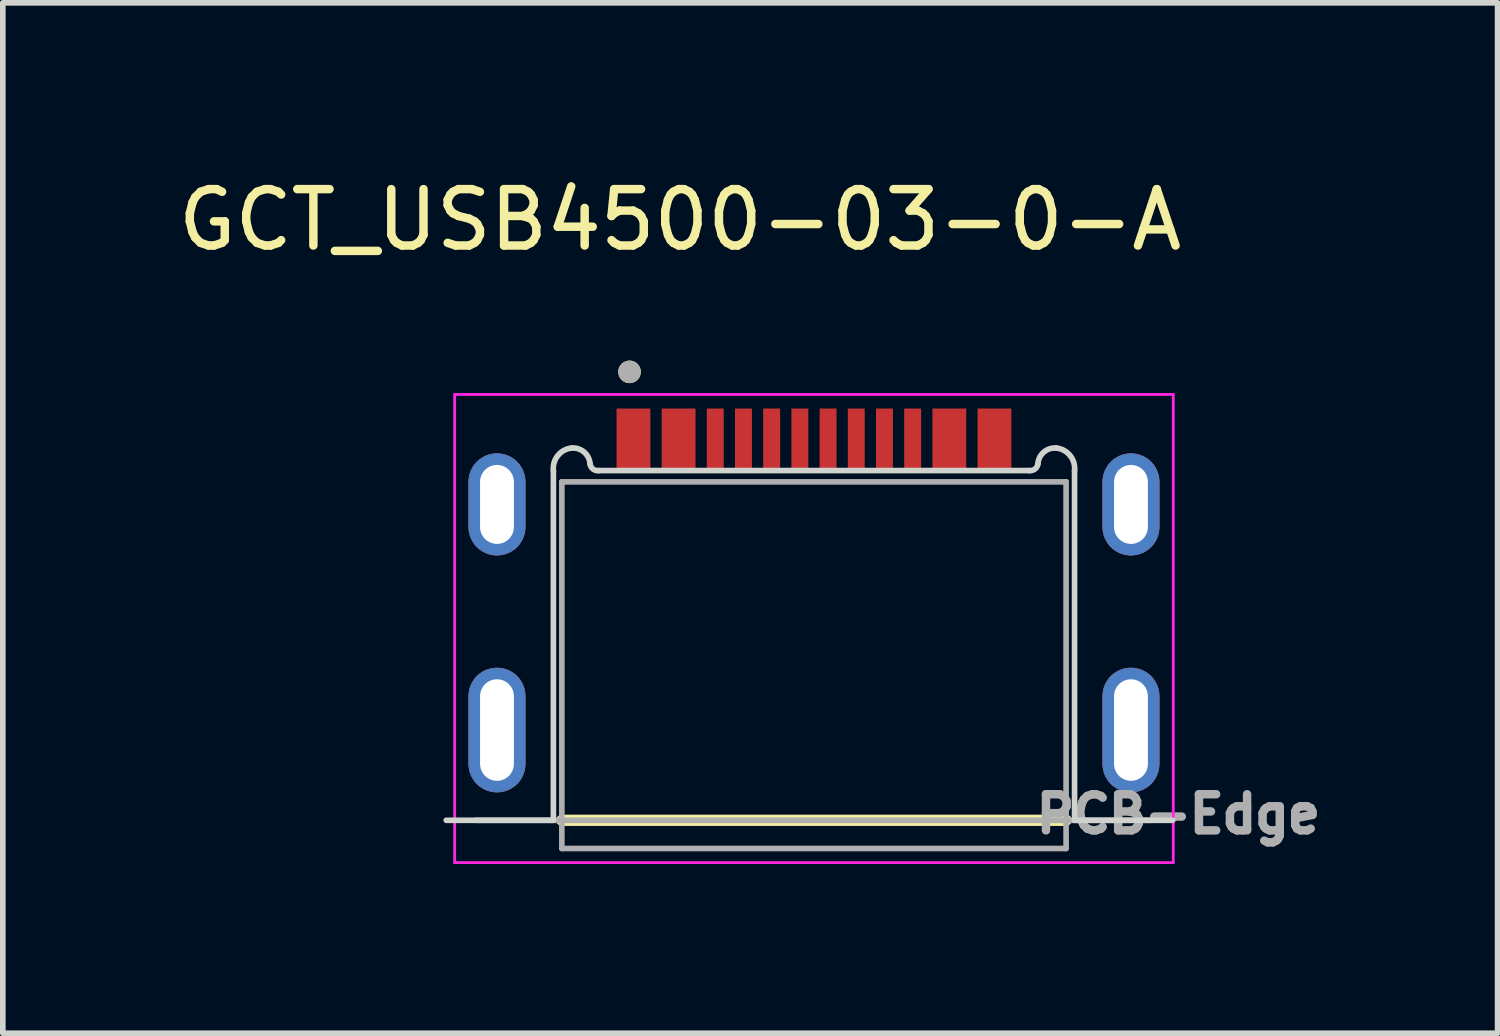
<source format=kicad_pcb>
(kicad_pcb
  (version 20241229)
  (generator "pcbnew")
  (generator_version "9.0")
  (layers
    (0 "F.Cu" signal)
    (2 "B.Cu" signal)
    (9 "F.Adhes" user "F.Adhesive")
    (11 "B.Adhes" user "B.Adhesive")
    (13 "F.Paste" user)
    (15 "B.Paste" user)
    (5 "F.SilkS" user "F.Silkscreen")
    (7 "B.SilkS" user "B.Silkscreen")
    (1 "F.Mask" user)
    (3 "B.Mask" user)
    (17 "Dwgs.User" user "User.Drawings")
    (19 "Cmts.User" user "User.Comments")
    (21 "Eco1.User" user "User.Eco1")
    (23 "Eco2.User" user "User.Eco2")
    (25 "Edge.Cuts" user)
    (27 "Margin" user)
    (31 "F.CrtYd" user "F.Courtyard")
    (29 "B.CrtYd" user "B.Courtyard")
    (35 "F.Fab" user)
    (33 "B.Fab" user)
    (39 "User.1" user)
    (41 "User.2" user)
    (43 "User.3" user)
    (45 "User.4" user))
  (footprint "GCT_USB4500-03-0-A"
    (layer "F.Cu")
    (at 11.381 9.893)
    (property "Reference" "GCT_USB4500-03-0-A" (at -2.375 -9.045 0) (layer "F.SilkS") (effects (font (size 1 1) (thickness 0.15))))
    (attr through_hole)
    (fp_poly (pts (xy -5.62 -3.1) (xy -5.646 -3.101) (xy -5.672 -3.103) (xy -5.698 -3.106) (xy -5.724 -3.111) (xy -5.749 -3.117) (xy -5.775 -3.124) (xy -5.799 -3.133) (xy -5.823 -3.143) (xy -5.847 -3.154) (xy -5.87 -3.167) (xy -5.892 -3.181) (xy -5.914 -3.195) (xy -5.935 -3.211) (xy -5.955 -3.228) (xy -5.974 -3.246) (xy -5.992 -3.265) (xy -6.009 -3.285) (xy -6.025 -3.306) (xy -6.039 -3.328) (xy -6.053 -3.35) (xy -6.066 -3.373) (xy -6.077 -3.397) (xy -6.087 -3.421) (xy -6.096 -3.445) (xy -6.103 -3.471) (xy -6.109 -3.496) (xy -6.114 -3.522) (xy -6.117 -3.548) (xy -6.119 -3.574) (xy -6.12 -3.6) (xy -6.12 -4.4) (xy -6.119 -4.426) (xy -6.117 -4.452) (xy -6.114 -4.478) (xy -6.109 -4.504) (xy -6.103 -4.529) (xy -6.096 -4.555) (xy -6.087 -4.579) (xy -6.077 -4.603) (xy -6.066 -4.627) (xy -6.053 -4.65) (xy -6.039 -4.672) (xy -6.025 -4.694) (xy -6.009 -4.715) (xy -5.992 -4.735) (xy -5.974 -4.754) (xy -5.955 -4.772) (xy -5.935 -4.789) (xy -5.914 -4.805) (xy -5.892 -4.819) (xy -5.87 -4.833) (xy -5.847 -4.846) (xy -5.823 -4.857) (xy -5.799 -4.867) (xy -5.775 -4.876) (xy -5.749 -4.883) (xy -5.724 -4.889) (xy -5.698 -4.894) (xy -5.672 -4.897) (xy -5.646 -4.899) (xy -5.62 -4.9) (xy -5.594 -4.899) (xy -5.568 -4.897) (xy -5.542 -4.894) (xy -5.516 -4.889) (xy -5.491 -4.883) (xy -5.465 -4.876) (xy -5.441 -4.867) (xy -5.417 -4.857) (xy -5.393 -4.846) (xy -5.37 -4.833) (xy -5.348 -4.819) (xy -5.326 -4.805) (xy -5.305 -4.789) (xy -5.285 -4.772) (xy -5.266 -4.754) (xy -5.248 -4.735) (xy -5.231 -4.715) (xy -5.215 -4.694) (xy -5.201 -4.672) (xy -5.187 -4.65) (xy -5.174 -4.627) (xy -5.163 -4.603) (xy -5.153 -4.579) (xy -5.144 -4.555) (xy -5.137 -4.529) (xy -5.131 -4.504) (xy -5.126 -4.478) (xy -5.123 -4.452) (xy -5.121 -4.426) (xy -5.12 -4.4) (xy -5.12 -3.6) (xy -5.121 -3.574) (xy -5.123 -3.548) (xy -5.126 -3.522) (xy -5.131 -3.496) (xy -5.137 -3.471) (xy -5.144 -3.445) (xy -5.153 -3.421) (xy -5.163 -3.397) (xy -5.174 -3.373) (xy -5.187 -3.35) (xy -5.201 -3.328) (xy -5.215 -3.306) (xy -5.231 -3.285) (xy -5.248 -3.265) (xy -5.266 -3.246) (xy -5.285 -3.228) (xy -5.305 -3.211) (xy -5.326 -3.195) (xy -5.348 -3.181) (xy -5.37 -3.167) (xy -5.393 -3.154) (xy -5.417 -3.143) (xy -5.441 -3.133) (xy -5.465 -3.124) (xy -5.491 -3.117) (xy -5.516 -3.111) (xy -5.542 -3.106) (xy -5.568 -3.103) (xy -5.594 -3.101) (xy -5.62 -3.1)) (stroke (width 0.01) (type solid)) (fill yes) (layer "F.Cu"))
    (fp_poly (pts (xy -5.62 1.1) (xy -5.646 1.099) (xy -5.672 1.097) (xy -5.698 1.094) (xy -5.724 1.089) (xy -5.749 1.083) (xy -5.775 1.076) (xy -5.799 1.067) (xy -5.823 1.057) (xy -5.847 1.046) (xy -5.87 1.033) (xy -5.892 1.019) (xy -5.914 1.005) (xy -5.935 0.989) (xy -5.955 0.972) (xy -5.974 0.954) (xy -5.992 0.935) (xy -6.009 0.915) (xy -6.025 0.894) (xy -6.039 0.872) (xy -6.053 0.85) (xy -6.066 0.827) (xy -6.077 0.803) (xy -6.087 0.779) (xy -6.096 0.755) (xy -6.103 0.729) (xy -6.109 0.704) (xy -6.114 0.678) (xy -6.117 0.652) (xy -6.119 0.626) (xy -6.12 0.6) (xy -6.12 -0.6) (xy -6.119 -0.626) (xy -6.117 -0.652) (xy -6.114 -0.678) (xy -6.109 -0.704) (xy -6.103 -0.729) (xy -6.096 -0.755) (xy -6.087 -0.779) (xy -6.077 -0.803) (xy -6.066 -0.827) (xy -6.053 -0.85) (xy -6.039 -0.872) (xy -6.025 -0.894) (xy -6.009 -0.915) (xy -5.992 -0.935) (xy -5.974 -0.954) (xy -5.955 -0.972) (xy -5.935 -0.989) (xy -5.914 -1.005) (xy -5.892 -1.019) (xy -5.87 -1.033) (xy -5.847 -1.046) (xy -5.823 -1.057) (xy -5.799 -1.067) (xy -5.775 -1.076) (xy -5.749 -1.083) (xy -5.724 -1.089) (xy -5.698 -1.094) (xy -5.672 -1.097) (xy -5.646 -1.099) (xy -5.62 -1.1) (xy -5.594 -1.099) (xy -5.568 -1.097) (xy -5.542 -1.094) (xy -5.516 -1.089) (xy -5.491 -1.083) (xy -5.465 -1.076) (xy -5.441 -1.067) (xy -5.417 -1.057) (xy -5.393 -1.046) (xy -5.37 -1.033) (xy -5.348 -1.019) (xy -5.326 -1.005) (xy -5.305 -0.989) (xy -5.285 -0.972) (xy -5.266 -0.954) (xy -5.248 -0.935) (xy -5.231 -0.915) (xy -5.215 -0.894) (xy -5.201 -0.872) (xy -5.187 -0.85) (xy -5.174 -0.827) (xy -5.163 -0.803) (xy -5.153 -0.779) (xy -5.144 -0.755) (xy -5.137 -0.729) (xy -5.131 -0.704) (xy -5.126 -0.678) (xy -5.123 -0.652) (xy -5.121 -0.626) (xy -5.12 -0.6) (xy -5.12 0.6) (xy -5.121 0.626) (xy -5.123 0.652) (xy -5.126 0.678) (xy -5.131 0.704) (xy -5.137 0.729) (xy -5.144 0.755) (xy -5.153 0.779) (xy -5.163 0.803) (xy -5.174 0.827) (xy -5.187 0.85) (xy -5.201 0.872) (xy -5.215 0.894) (xy -5.231 0.915) (xy -5.248 0.935) (xy -5.266 0.954) (xy -5.285 0.972) (xy -5.305 0.989) (xy -5.326 1.005) (xy -5.348 1.019) (xy -5.37 1.033) (xy -5.393 1.046) (xy -5.417 1.057) (xy -5.441 1.067) (xy -5.465 1.076) (xy -5.491 1.083) (xy -5.516 1.089) (xy -5.542 1.094) (xy -5.568 1.097) (xy -5.594 1.099) (xy -5.62 1.1)) (stroke (width 0.01) (type solid)) (fill yes) (layer "F.Cu"))
    (fp_poly (pts (xy 5.62 -3.1) (xy 5.594 -3.101) (xy 5.568 -3.103) (xy 5.542 -3.106) (xy 5.516 -3.111) (xy 5.491 -3.117) (xy 5.465 -3.124) (xy 5.441 -3.133) (xy 5.417 -3.143) (xy 5.393 -3.154) (xy 5.37 -3.167) (xy 5.348 -3.181) (xy 5.326 -3.195) (xy 5.305 -3.211) (xy 5.285 -3.228) (xy 5.266 -3.246) (xy 5.248 -3.265) (xy 5.231 -3.285) (xy 5.215 -3.306) (xy 5.201 -3.328) (xy 5.187 -3.35) (xy 5.174 -3.373) (xy 5.163 -3.397) (xy 5.153 -3.421) (xy 5.144 -3.445) (xy 5.137 -3.471) (xy 5.131 -3.496) (xy 5.126 -3.522) (xy 5.123 -3.548) (xy 5.121 -3.574) (xy 5.12 -3.6) (xy 5.12 -4.4) (xy 5.121 -4.426) (xy 5.123 -4.452) (xy 5.126 -4.478) (xy 5.131 -4.504) (xy 5.137 -4.529) (xy 5.144 -4.555) (xy 5.153 -4.579) (xy 5.163 -4.603) (xy 5.174 -4.627) (xy 5.187 -4.65) (xy 5.201 -4.672) (xy 5.215 -4.694) (xy 5.231 -4.715) (xy 5.248 -4.735) (xy 5.266 -4.754) (xy 5.285 -4.772) (xy 5.305 -4.789) (xy 5.326 -4.805) (xy 5.348 -4.819) (xy 5.37 -4.833) (xy 5.393 -4.846) (xy 5.417 -4.857) (xy 5.441 -4.867) (xy 5.465 -4.876) (xy 5.491 -4.883) (xy 5.516 -4.889) (xy 5.542 -4.894) (xy 5.568 -4.897) (xy 5.594 -4.899) (xy 5.62 -4.9) (xy 5.646 -4.899) (xy 5.672 -4.897) (xy 5.698 -4.894) (xy 5.724 -4.889) (xy 5.749 -4.883) (xy 5.775 -4.876) (xy 5.799 -4.867) (xy 5.823 -4.857) (xy 5.847 -4.846) (xy 5.87 -4.833) (xy 5.892 -4.819) (xy 5.914 -4.805) (xy 5.935 -4.789) (xy 5.955 -4.772) (xy 5.974 -4.754) (xy 5.992 -4.735) (xy 6.009 -4.715) (xy 6.025 -4.694) (xy 6.039 -4.672) (xy 6.053 -4.65) (xy 6.066 -4.627) (xy 6.077 -4.603) (xy 6.087 -4.579) (xy 6.096 -4.555) (xy 6.103 -4.529) (xy 6.109 -4.504) (xy 6.114 -4.478) (xy 6.117 -4.452) (xy 6.119 -4.426) (xy 6.12 -4.4) (xy 6.12 -3.6) (xy 6.119 -3.574) (xy 6.117 -3.548) (xy 6.114 -3.522) (xy 6.109 -3.496) (xy 6.103 -3.471) (xy 6.096 -3.445) (xy 6.087 -3.421) (xy 6.077 -3.397) (xy 6.066 -3.373) (xy 6.053 -3.35) (xy 6.039 -3.328) (xy 6.025 -3.306) (xy 6.009 -3.285) (xy 5.992 -3.265) (xy 5.974 -3.246) (xy 5.955 -3.228) (xy 5.935 -3.211) (xy 5.914 -3.195) (xy 5.892 -3.181) (xy 5.87 -3.167) (xy 5.847 -3.154) (xy 5.823 -3.143) (xy 5.799 -3.133) (xy 5.775 -3.124) (xy 5.749 -3.117) (xy 5.724 -3.111) (xy 5.698 -3.106) (xy 5.672 -3.103) (xy 5.646 -3.101) (xy 5.62 -3.1)) (stroke (width 0.01) (type solid)) (fill yes) (layer "F.Cu"))
    (fp_poly (pts (xy 5.62 1.1) (xy 5.594 1.099) (xy 5.568 1.097) (xy 5.542 1.094) (xy 5.516 1.089) (xy 5.491 1.083) (xy 5.465 1.076) (xy 5.441 1.067) (xy 5.417 1.057) (xy 5.393 1.046) (xy 5.37 1.033) (xy 5.348 1.019) (xy 5.326 1.005) (xy 5.305 0.989) (xy 5.285 0.972) (xy 5.266 0.954) (xy 5.248 0.935) (xy 5.231 0.915) (xy 5.215 0.894) (xy 5.201 0.872) (xy 5.187 0.85) (xy 5.174 0.827) (xy 5.163 0.803) (xy 5.153 0.779) (xy 5.144 0.755) (xy 5.137 0.729) (xy 5.131 0.704) (xy 5.126 0.678) (xy 5.123 0.652) (xy 5.121 0.626) (xy 5.12 0.6) (xy 5.12 -0.6) (xy 5.121 -0.626) (xy 5.123 -0.652) (xy 5.126 -0.678) (xy 5.131 -0.704) (xy 5.137 -0.729) (xy 5.144 -0.755) (xy 5.153 -0.779) (xy 5.163 -0.803) (xy 5.174 -0.827) (xy 5.187 -0.85) (xy 5.201 -0.872) (xy 5.215 -0.894) (xy 5.231 -0.915) (xy 5.248 -0.935) (xy 5.266 -0.954) (xy 5.285 -0.972) (xy 5.305 -0.989) (xy 5.326 -1.005) (xy 5.348 -1.019) (xy 5.37 -1.033) (xy 5.393 -1.046) (xy 5.417 -1.057) (xy 5.441 -1.067) (xy 5.465 -1.076) (xy 5.491 -1.083) (xy 5.516 -1.089) (xy 5.542 -1.094) (xy 5.568 -1.097) (xy 5.594 -1.099) (xy 5.62 -1.1) (xy 5.646 -1.099) (xy 5.672 -1.097) (xy 5.698 -1.094) (xy 5.724 -1.089) (xy 5.749 -1.083) (xy 5.775 -1.076) (xy 5.799 -1.067) (xy 5.823 -1.057) (xy 5.847 -1.046) (xy 5.87 -1.033) (xy 5.892 -1.019) (xy 5.914 -1.005) (xy 5.935 -0.989) (xy 5.955 -0.972) (xy 5.974 -0.954) (xy 5.992 -0.935) (xy 6.009 -0.915) (xy 6.025 -0.894) (xy 6.039 -0.872) (xy 6.053 -0.85) (xy 6.066 -0.827) (xy 6.077 -0.803) (xy 6.087 -0.779) (xy 6.096 -0.755) (xy 6.103 -0.729) (xy 6.109 -0.704) (xy 6.114 -0.678) (xy 6.117 -0.652) (xy 6.119 -0.626) (xy 6.12 -0.6) (xy 6.12 0.6) (xy 6.119 0.626) (xy 6.117 0.652) (xy 6.114 0.678) (xy 6.109 0.704) (xy 6.103 0.729) (xy 6.096 0.755) (xy 6.087 0.779) (xy 6.077 0.803) (xy 6.066 0.827) (xy 6.053 0.85) (xy 6.039 0.872) (xy 6.025 0.894) (xy 6.009 0.915) (xy 5.992 0.935) (xy 5.974 0.954) (xy 5.955 0.972) (xy 5.935 0.989) (xy 5.914 1.005) (xy 5.892 1.019) (xy 5.87 1.033) (xy 5.847 1.046) (xy 5.823 1.057) (xy 5.799 1.067) (xy 5.775 1.076) (xy 5.749 1.083) (xy 5.724 1.089) (xy 5.698 1.094) (xy 5.672 1.097) (xy 5.646 1.099) (xy 5.62 1.1)) (stroke (width 0.01) (type solid)) (fill yes) (layer "F.Cu"))
    (fp_poly (pts (xy -6.22 -3.6) (xy -6.22 -4.4) (xy -6.219 -4.431) (xy -6.217 -4.463) (xy -6.213 -4.494) (xy -6.207 -4.525) (xy -6.2 -4.555) (xy -6.191 -4.585) (xy -6.18 -4.615) (xy -6.168 -4.644) (xy -6.155 -4.672) (xy -6.14 -4.7) (xy -6.123 -4.727) (xy -6.105 -4.753) (xy -6.086 -4.778) (xy -6.066 -4.801) (xy -6.044 -4.824) (xy -6.021 -4.846) (xy -5.998 -4.866) (xy -5.973 -4.885) (xy -5.947 -4.903) (xy -5.92 -4.92) (xy -5.892 -4.935) (xy -5.864 -4.948) (xy -5.835 -4.96) (xy -5.805 -4.971) (xy -5.775 -4.98) (xy -5.745 -4.987) (xy -5.714 -4.993) (xy -5.683 -4.997) (xy -5.651 -4.999) (xy -5.62 -5) (xy -5.589 -4.999) (xy -5.557 -4.997) (xy -5.526 -4.993) (xy -5.495 -4.987) (xy -5.465 -4.98) (xy -5.435 -4.971) (xy -5.405 -4.96) (xy -5.376 -4.948) (xy -5.348 -4.935) (xy -5.32 -4.92) (xy -5.293 -4.903) (xy -5.267 -4.885) (xy -5.242 -4.866) (xy -5.219 -4.846) (xy -5.196 -4.824) (xy -5.174 -4.801) (xy -5.154 -4.778) (xy -5.135 -4.753) (xy -5.117 -4.727) (xy -5.1 -4.7) (xy -5.085 -4.672) (xy -5.072 -4.644) (xy -5.06 -4.615) (xy -5.049 -4.585) (xy -5.04 -4.555) (xy -5.033 -4.525) (xy -5.027 -4.494) (xy -5.023 -4.463) (xy -5.021 -4.431) (xy -5.02 -4.4) (xy -5.02 -3.6) (xy -5.021 -3.569) (xy -5.023 -3.537) (xy -5.027 -3.506) (xy -5.033 -3.475) (xy -5.04 -3.445) (xy -5.049 -3.415) (xy -5.06 -3.385) (xy -5.072 -3.356) (xy -5.085 -3.328) (xy -5.1 -3.3) (xy -5.117 -3.273) (xy -5.135 -3.247) (xy -5.154 -3.222) (xy -5.174 -3.199) (xy -5.196 -3.176) (xy -5.219 -3.154) (xy -5.242 -3.134) (xy -5.267 -3.115) (xy -5.293 -3.097) (xy -5.32 -3.08) (xy -5.348 -3.065) (xy -5.376 -3.052) (xy -5.405 -3.04) (xy -5.435 -3.029) (xy -5.465 -3.02) (xy -5.495 -3.013) (xy -5.526 -3.007) (xy -5.557 -3.003) (xy -5.589 -3.001) (xy -5.62 -3) (xy -5.651 -3.001) (xy -5.683 -3.003) (xy -5.714 -3.007) (xy -5.745 -3.013) (xy -5.775 -3.02) (xy -5.805 -3.029) (xy -5.835 -3.04) (xy -5.864 -3.052) (xy -5.892 -3.065) (xy -5.92 -3.08) (xy -5.947 -3.097) (xy -5.973 -3.115) (xy -5.998 -3.134) (xy -6.021 -3.154) (xy -6.044 -3.176) (xy -6.066 -3.199) (xy -6.086 -3.222) (xy -6.105 -3.247) (xy -6.123 -3.273) (xy -6.14 -3.3) (xy -6.155 -3.328) (xy -6.168 -3.356) (xy -6.18 -3.385) (xy -6.191 -3.415) (xy -6.2 -3.445) (xy -6.207 -3.475) (xy -6.213 -3.506) (xy -6.217 -3.537) (xy -6.219 -3.569) (xy -6.22 -3.6)) (stroke (width 0.01) (type solid)) (fill yes) (layer "F.Mask"))
    (fp_poly (pts (xy -6.22 0.6) (xy -6.22 -0.6) (xy -6.219 -0.631) (xy -6.217 -0.663) (xy -6.213 -0.694) (xy -6.207 -0.725) (xy -6.2 -0.755) (xy -6.191 -0.785) (xy -6.18 -0.815) (xy -6.168 -0.844) (xy -6.155 -0.872) (xy -6.14 -0.9) (xy -6.123 -0.927) (xy -6.105 -0.953) (xy -6.086 -0.978) (xy -6.066 -1.001) (xy -6.044 -1.024) (xy -6.021 -1.046) (xy -5.998 -1.066) (xy -5.973 -1.085) (xy -5.947 -1.103) (xy -5.92 -1.12) (xy -5.892 -1.135) (xy -5.864 -1.148) (xy -5.835 -1.16) (xy -5.805 -1.171) (xy -5.775 -1.18) (xy -5.745 -1.187) (xy -5.714 -1.193) (xy -5.683 -1.197) (xy -5.651 -1.199) (xy -5.62 -1.2) (xy -5.589 -1.199) (xy -5.557 -1.197) (xy -5.526 -1.193) (xy -5.495 -1.187) (xy -5.465 -1.18) (xy -5.435 -1.171) (xy -5.405 -1.16) (xy -5.376 -1.148) (xy -5.348 -1.135) (xy -5.32 -1.12) (xy -5.293 -1.103) (xy -5.267 -1.085) (xy -5.242 -1.066) (xy -5.219 -1.046) (xy -5.196 -1.024) (xy -5.174 -1.001) (xy -5.154 -0.978) (xy -5.135 -0.953) (xy -5.117 -0.927) (xy -5.1 -0.9) (xy -5.085 -0.872) (xy -5.072 -0.844) (xy -5.06 -0.815) (xy -5.049 -0.785) (xy -5.04 -0.755) (xy -5.033 -0.725) (xy -5.027 -0.694) (xy -5.023 -0.663) (xy -5.021 -0.631) (xy -5.02 -0.6) (xy -5.02 0.6) (xy -5.021 0.631) (xy -5.023 0.663) (xy -5.027 0.694) (xy -5.033 0.725) (xy -5.04 0.755) (xy -5.049 0.785) (xy -5.06 0.815) (xy -5.072 0.844) (xy -5.085 0.872) (xy -5.1 0.9) (xy -5.117 0.927) (xy -5.135 0.953) (xy -5.154 0.978) (xy -5.174 1.001) (xy -5.196 1.024) (xy -5.219 1.046) (xy -5.242 1.066) (xy -5.267 1.085) (xy -5.293 1.103) (xy -5.32 1.12) (xy -5.348 1.135) (xy -5.376 1.148) (xy -5.405 1.16) (xy -5.435 1.171) (xy -5.465 1.18) (xy -5.495 1.187) (xy -5.526 1.193) (xy -5.557 1.197) (xy -5.589 1.199) (xy -5.62 1.2) (xy -5.651 1.199) (xy -5.683 1.197) (xy -5.714 1.193) (xy -5.745 1.187) (xy -5.775 1.18) (xy -5.805 1.171) (xy -5.835 1.16) (xy -5.864 1.148) (xy -5.892 1.135) (xy -5.92 1.12) (xy -5.947 1.103) (xy -5.973 1.085) (xy -5.998 1.066) (xy -6.021 1.046) (xy -6.044 1.024) (xy -6.066 1.001) (xy -6.086 0.978) (xy -6.105 0.953) (xy -6.123 0.927) (xy -6.14 0.9) (xy -6.155 0.872) (xy -6.168 0.844) (xy -6.18 0.815) (xy -6.191 0.785) (xy -6.2 0.755) (xy -6.207 0.725) (xy -6.213 0.694) (xy -6.217 0.663) (xy -6.219 0.631) (xy -6.22 0.6)) (stroke (width 0.01) (type solid)) (fill yes) (layer "F.Mask"))
    (fp_poly (pts (xy 5.02 -3.6) (xy 5.02 -4.4) (xy 5.021 -4.431) (xy 5.023 -4.463) (xy 5.027 -4.494) (xy 5.033 -4.525) (xy 5.04 -4.555) (xy 5.049 -4.585) (xy 5.06 -4.615) (xy 5.072 -4.644) (xy 5.085 -4.672) (xy 5.1 -4.7) (xy 5.117 -4.727) (xy 5.135 -4.753) (xy 5.154 -4.778) (xy 5.174 -4.801) (xy 5.196 -4.824) (xy 5.219 -4.846) (xy 5.242 -4.866) (xy 5.267 -4.885) (xy 5.293 -4.903) (xy 5.32 -4.92) (xy 5.348 -4.935) (xy 5.376 -4.948) (xy 5.405 -4.96) (xy 5.435 -4.971) (xy 5.465 -4.98) (xy 5.495 -4.987) (xy 5.526 -4.993) (xy 5.557 -4.997) (xy 5.589 -4.999) (xy 5.62 -5) (xy 5.651 -4.999) (xy 5.683 -4.997) (xy 5.714 -4.993) (xy 5.745 -4.987) (xy 5.775 -4.98) (xy 5.805 -4.971) (xy 5.835 -4.96) (xy 5.864 -4.948) (xy 5.892 -4.935) (xy 5.92 -4.92) (xy 5.947 -4.903) (xy 5.973 -4.885) (xy 5.998 -4.866) (xy 6.021 -4.846) (xy 6.044 -4.824) (xy 6.066 -4.801) (xy 6.086 -4.778) (xy 6.105 -4.753) (xy 6.123 -4.727) (xy 6.14 -4.7) (xy 6.155 -4.672) (xy 6.168 -4.644) (xy 6.18 -4.615) (xy 6.191 -4.585) (xy 6.2 -4.555) (xy 6.207 -4.525) (xy 6.213 -4.494) (xy 6.217 -4.463) (xy 6.219 -4.431) (xy 6.22 -4.4) (xy 6.22 -3.6) (xy 6.219 -3.569) (xy 6.217 -3.537) (xy 6.213 -3.506) (xy 6.207 -3.475) (xy 6.2 -3.445) (xy 6.191 -3.415) (xy 6.18 -3.385) (xy 6.168 -3.356) (xy 6.155 -3.328) (xy 6.14 -3.3) (xy 6.123 -3.273) (xy 6.105 -3.247) (xy 6.086 -3.222) (xy 6.066 -3.199) (xy 6.044 -3.176) (xy 6.021 -3.154) (xy 5.998 -3.134) (xy 5.973 -3.115) (xy 5.947 -3.097) (xy 5.92 -3.08) (xy 5.892 -3.065) (xy 5.864 -3.052) (xy 5.835 -3.04) (xy 5.805 -3.029) (xy 5.775 -3.02) (xy 5.745 -3.013) (xy 5.714 -3.007) (xy 5.683 -3.003) (xy 5.651 -3.001) (xy 5.62 -3) (xy 5.589 -3.001) (xy 5.557 -3.003) (xy 5.526 -3.007) (xy 5.495 -3.013) (xy 5.465 -3.02) (xy 5.435 -3.029) (xy 5.405 -3.04) (xy 5.376 -3.052) (xy 5.348 -3.065) (xy 5.32 -3.08) (xy 5.293 -3.097) (xy 5.267 -3.115) (xy 5.242 -3.134) (xy 5.219 -3.154) (xy 5.196 -3.176) (xy 5.174 -3.199) (xy 5.154 -3.222) (xy 5.135 -3.247) (xy 5.117 -3.273) (xy 5.1 -3.3) (xy 5.085 -3.328) (xy 5.072 -3.356) (xy 5.06 -3.385) (xy 5.049 -3.415) (xy 5.04 -3.445) (xy 5.033 -3.475) (xy 5.027 -3.506) (xy 5.023 -3.537) (xy 5.021 -3.569) (xy 5.02 -3.6)) (stroke (width 0.01) (type solid)) (fill yes) (layer "F.Mask"))
    (fp_poly (pts (xy 5.02 0) (xy 5.02 -0.6) (xy 5.021 -0.631) (xy 5.023 -0.663) (xy 5.027 -0.694) (xy 5.033 -0.725) (xy 5.04 -0.755) (xy 5.049 -0.785) (xy 5.06 -0.815) (xy 5.072 -0.844) (xy 5.085 -0.872) (xy 5.1 -0.9) (xy 5.117 -0.927) (xy 5.135 -0.953) (xy 5.154 -0.978) (xy 5.174 -1.001) (xy 5.196 -1.024) (xy 5.219 -1.046) (xy 5.242 -1.066) (xy 5.267 -1.085) (xy 5.293 -1.103) (xy 5.32 -1.12) (xy 5.348 -1.135) (xy 5.376 -1.148) (xy 5.405 -1.16) (xy 5.435 -1.171) (xy 5.465 -1.18) (xy 5.495 -1.187) (xy 5.526 -1.193) (xy 5.557 -1.197) (xy 5.589 -1.199) (xy 5.62 -1.2) (xy 5.651 -1.199) (xy 5.683 -1.197) (xy 5.714 -1.193) (xy 5.745 -1.187) (xy 5.775 -1.18) (xy 5.805 -1.171) (xy 5.835 -1.16) (xy 5.864 -1.148) (xy 5.892 -1.135) (xy 5.92 -1.12) (xy 5.947 -1.103) (xy 5.973 -1.085) (xy 5.998 -1.066) (xy 6.021 -1.046) (xy 6.044 -1.024) (xy 6.066 -1.001) (xy 6.086 -0.978) (xy 6.105 -0.953) (xy 6.123 -0.927) (xy 6.14 -0.9) (xy 6.155 -0.872) (xy 6.168 -0.844) (xy 6.18 -0.815) (xy 6.191 -0.785) (xy 6.2 -0.755) (xy 6.207 -0.725) (xy 6.213 -0.694) (xy 6.217 -0.663) (xy 6.219 -0.631) (xy 6.22 -0.6) (xy 6.22 0) (xy 6.22 0.6) (xy 6.219 0.631) (xy 6.217 0.663) (xy 6.213 0.694) (xy 6.207 0.725) (xy 6.2 0.755) (xy 6.191 0.785) (xy 6.18 0.815) (xy 6.168 0.844) (xy 6.155 0.872) (xy 6.14 0.9) (xy 6.123 0.927) (xy 6.105 0.953) (xy 6.086 0.978) (xy 6.066 1.001) (xy 6.044 1.024) (xy 6.021 1.046) (xy 5.998 1.066) (xy 5.973 1.085) (xy 5.947 1.103) (xy 5.92 1.12) (xy 5.892 1.135) (xy 5.864 1.148) (xy 5.835 1.16) (xy 5.805 1.171) (xy 5.775 1.18) (xy 5.745 1.187) (xy 5.714 1.193) (xy 5.683 1.197) (xy 5.651 1.199) (xy 5.62 1.2) (xy 5.589 1.199) (xy 5.557 1.197) (xy 5.526 1.193) (xy 5.495 1.187) (xy 5.465 1.18) (xy 5.435 1.171) (xy 5.405 1.16) (xy 5.376 1.148) (xy 5.348 1.135) (xy 5.32 1.12) (xy 5.293 1.103) (xy 5.267 1.085) (xy 5.242 1.066) (xy 5.219 1.046) (xy 5.196 1.024) (xy 5.174 1.001) (xy 5.154 0.978) (xy 5.135 0.953) (xy 5.117 0.927) (xy 5.1 0.9) (xy 5.085 0.872) (xy 5.072 0.844) (xy 5.06 0.815) (xy 5.049 0.785) (xy 5.04 0.755) (xy 5.033 0.725) (xy 5.027 0.694) (xy 5.023 0.663) (xy 5.021 0.631) (xy 5.02 0.6) (xy 5.02 0)) (stroke (width 0.01) (type solid)) (fill yes) (layer "F.Mask"))
    (fp_poly (pts (xy -5.62 -3.1) (xy -5.646 -3.101) (xy -5.672 -3.103) (xy -5.698 -3.106) (xy -5.724 -3.111) (xy -5.749 -3.117) (xy -5.775 -3.124) (xy -5.799 -3.133) (xy -5.823 -3.143) (xy -5.847 -3.154) (xy -5.87 -3.167) (xy -5.892 -3.181) (xy -5.914 -3.195) (xy -5.935 -3.211) (xy -5.955 -3.228) (xy -5.974 -3.246) (xy -5.992 -3.265) (xy -6.009 -3.285) (xy -6.025 -3.306) (xy -6.039 -3.328) (xy -6.053 -3.35) (xy -6.066 -3.373) (xy -6.077 -3.397) (xy -6.087 -3.421) (xy -6.096 -3.445) (xy -6.103 -3.471) (xy -6.109 -3.496) (xy -6.114 -3.522) (xy -6.117 -3.548) (xy -6.119 -3.574) (xy -6.12 -3.6) (xy -6.12 -4.4) (xy -6.119 -4.426) (xy -6.117 -4.452) (xy -6.114 -4.478) (xy -6.109 -4.504) (xy -6.103 -4.529) (xy -6.096 -4.555) (xy -6.087 -4.579) (xy -6.077 -4.603) (xy -6.066 -4.627) (xy -6.053 -4.65) (xy -6.039 -4.672) (xy -6.025 -4.694) (xy -6.009 -4.715) (xy -5.992 -4.735) (xy -5.974 -4.754) (xy -5.955 -4.772) (xy -5.935 -4.789) (xy -5.914 -4.805) (xy -5.892 -4.819) (xy -5.87 -4.833) (xy -5.847 -4.846) (xy -5.823 -4.857) (xy -5.799 -4.867) (xy -5.775 -4.876) (xy -5.749 -4.883) (xy -5.724 -4.889) (xy -5.698 -4.894) (xy -5.672 -4.897) (xy -5.646 -4.899) (xy -5.62 -4.9) (xy -5.594 -4.899) (xy -5.568 -4.897) (xy -5.542 -4.894) (xy -5.516 -4.889) (xy -5.491 -4.883) (xy -5.465 -4.876) (xy -5.441 -4.867) (xy -5.417 -4.857) (xy -5.393 -4.846) (xy -5.37 -4.833) (xy -5.348 -4.819) (xy -5.326 -4.805) (xy -5.305 -4.789) (xy -5.285 -4.772) (xy -5.266 -4.754) (xy -5.248 -4.735) (xy -5.231 -4.715) (xy -5.215 -4.694) (xy -5.201 -4.672) (xy -5.187 -4.65) (xy -5.174 -4.627) (xy -5.163 -4.603) (xy -5.153 -4.579) (xy -5.144 -4.555) (xy -5.137 -4.529) (xy -5.131 -4.504) (xy -5.126 -4.478) (xy -5.123 -4.452) (xy -5.121 -4.426) (xy -5.12 -4.4) (xy -5.12 -3.6) (xy -5.121 -3.574) (xy -5.123 -3.548) (xy -5.126 -3.522) (xy -5.131 -3.496) (xy -5.137 -3.471) (xy -5.144 -3.445) (xy -5.153 -3.421) (xy -5.163 -3.397) (xy -5.174 -3.373) (xy -5.187 -3.35) (xy -5.201 -3.328) (xy -5.215 -3.306) (xy -5.231 -3.285) (xy -5.248 -3.265) (xy -5.266 -3.246) (xy -5.285 -3.228) (xy -5.305 -3.211) (xy -5.326 -3.195) (xy -5.348 -3.181) (xy -5.37 -3.167) (xy -5.393 -3.154) (xy -5.417 -3.143) (xy -5.441 -3.133) (xy -5.465 -3.124) (xy -5.491 -3.117) (xy -5.516 -3.111) (xy -5.542 -3.106) (xy -5.568 -3.103) (xy -5.594 -3.101) (xy -5.62 -3.1)) (stroke (width 0.01) (type solid)) (fill yes) (layer "B.Cu"))
    (fp_poly (pts (xy -5.62 1.1) (xy -5.646 1.099) (xy -5.672 1.097) (xy -5.698 1.094) (xy -5.724 1.089) (xy -5.749 1.083) (xy -5.775 1.076) (xy -5.799 1.067) (xy -5.823 1.057) (xy -5.847 1.046) (xy -5.87 1.033) (xy -5.892 1.019) (xy -5.914 1.005) (xy -5.935 0.989) (xy -5.955 0.972) (xy -5.974 0.954) (xy -5.992 0.935) (xy -6.009 0.915) (xy -6.025 0.894) (xy -6.039 0.872) (xy -6.053 0.85) (xy -6.066 0.827) (xy -6.077 0.803) (xy -6.087 0.779) (xy -6.096 0.755) (xy -6.103 0.729) (xy -6.109 0.704) (xy -6.114 0.678) (xy -6.117 0.652) (xy -6.119 0.626) (xy -6.12 0.6) (xy -6.12 -0.6) (xy -6.119 -0.626) (xy -6.117 -0.652) (xy -6.114 -0.678) (xy -6.109 -0.704) (xy -6.103 -0.729) (xy -6.096 -0.755) (xy -6.087 -0.779) (xy -6.077 -0.803) (xy -6.066 -0.827) (xy -6.053 -0.85) (xy -6.039 -0.872) (xy -6.025 -0.894) (xy -6.009 -0.915) (xy -5.992 -0.935) (xy -5.974 -0.954) (xy -5.955 -0.972) (xy -5.935 -0.989) (xy -5.914 -1.005) (xy -5.892 -1.019) (xy -5.87 -1.033) (xy -5.847 -1.046) (xy -5.823 -1.057) (xy -5.799 -1.067) (xy -5.775 -1.076) (xy -5.749 -1.083) (xy -5.724 -1.089) (xy -5.698 -1.094) (xy -5.672 -1.097) (xy -5.646 -1.099) (xy -5.62 -1.1) (xy -5.594 -1.099) (xy -5.568 -1.097) (xy -5.542 -1.094) (xy -5.516 -1.089) (xy -5.491 -1.083) (xy -5.465 -1.076) (xy -5.441 -1.067) (xy -5.417 -1.057) (xy -5.393 -1.046) (xy -5.37 -1.033) (xy -5.348 -1.019) (xy -5.326 -1.005) (xy -5.305 -0.989) (xy -5.285 -0.972) (xy -5.266 -0.954) (xy -5.248 -0.935) (xy -5.231 -0.915) (xy -5.215 -0.894) (xy -5.201 -0.872) (xy -5.187 -0.85) (xy -5.174 -0.827) (xy -5.163 -0.803) (xy -5.153 -0.779) (xy -5.144 -0.755) (xy -5.137 -0.729) (xy -5.131 -0.704) (xy -5.126 -0.678) (xy -5.123 -0.652) (xy -5.121 -0.626) (xy -5.12 -0.6) (xy -5.12 0.6) (xy -5.121 0.626) (xy -5.123 0.652) (xy -5.126 0.678) (xy -5.131 0.704) (xy -5.137 0.729) (xy -5.144 0.755) (xy -5.153 0.779) (xy -5.163 0.803) (xy -5.174 0.827) (xy -5.187 0.85) (xy -5.201 0.872) (xy -5.215 0.894) (xy -5.231 0.915) (xy -5.248 0.935) (xy -5.266 0.954) (xy -5.285 0.972) (xy -5.305 0.989) (xy -5.326 1.005) (xy -5.348 1.019) (xy -5.37 1.033) (xy -5.393 1.046) (xy -5.417 1.057) (xy -5.441 1.067) (xy -5.465 1.076) (xy -5.491 1.083) (xy -5.516 1.089) (xy -5.542 1.094) (xy -5.568 1.097) (xy -5.594 1.099) (xy -5.62 1.1)) (stroke (width 0.01) (type solid)) (fill yes) (layer "B.Cu"))
    (fp_poly (pts (xy 5.62 -3.1) (xy 5.594 -3.101) (xy 5.568 -3.103) (xy 5.542 -3.106) (xy 5.516 -3.111) (xy 5.491 -3.117) (xy 5.465 -3.124) (xy 5.441 -3.133) (xy 5.417 -3.143) (xy 5.393 -3.154) (xy 5.37 -3.167) (xy 5.348 -3.181) (xy 5.326 -3.195) (xy 5.305 -3.211) (xy 5.285 -3.228) (xy 5.266 -3.246) (xy 5.248 -3.265) (xy 5.231 -3.285) (xy 5.215 -3.306) (xy 5.201 -3.328) (xy 5.187 -3.35) (xy 5.174 -3.373) (xy 5.163 -3.397) (xy 5.153 -3.421) (xy 5.144 -3.445) (xy 5.137 -3.471) (xy 5.131 -3.496) (xy 5.126 -3.522) (xy 5.123 -3.548) (xy 5.121 -3.574) (xy 5.12 -3.6) (xy 5.12 -4.4) (xy 5.121 -4.426) (xy 5.123 -4.452) (xy 5.126 -4.478) (xy 5.131 -4.504) (xy 5.137 -4.529) (xy 5.144 -4.555) (xy 5.153 -4.579) (xy 5.163 -4.603) (xy 5.174 -4.627) (xy 5.187 -4.65) (xy 5.201 -4.672) (xy 5.215 -4.694) (xy 5.231 -4.715) (xy 5.248 -4.735) (xy 5.266 -4.754) (xy 5.285 -4.772) (xy 5.305 -4.789) (xy 5.326 -4.805) (xy 5.348 -4.819) (xy 5.37 -4.833) (xy 5.393 -4.846) (xy 5.417 -4.857) (xy 5.441 -4.867) (xy 5.465 -4.876) (xy 5.491 -4.883) (xy 5.516 -4.889) (xy 5.542 -4.894) (xy 5.568 -4.897) (xy 5.594 -4.899) (xy 5.62 -4.9) (xy 5.646 -4.899) (xy 5.672 -4.897) (xy 5.698 -4.894) (xy 5.724 -4.889) (xy 5.749 -4.883) (xy 5.775 -4.876) (xy 5.799 -4.867) (xy 5.823 -4.857) (xy 5.847 -4.846) (xy 5.87 -4.833) (xy 5.892 -4.819) (xy 5.914 -4.805) (xy 5.935 -4.789) (xy 5.955 -4.772) (xy 5.974 -4.754) (xy 5.992 -4.735) (xy 6.009 -4.715) (xy 6.025 -4.694) (xy 6.039 -4.672) (xy 6.053 -4.65) (xy 6.066 -4.627) (xy 6.077 -4.603) (xy 6.087 -4.579) (xy 6.096 -4.555) (xy 6.103 -4.529) (xy 6.109 -4.504) (xy 6.114 -4.478) (xy 6.117 -4.452) (xy 6.119 -4.426) (xy 6.12 -4.4) (xy 6.12 -3.6) (xy 6.119 -3.574) (xy 6.117 -3.548) (xy 6.114 -3.522) (xy 6.109 -3.496) (xy 6.103 -3.471) (xy 6.096 -3.445) (xy 6.087 -3.421) (xy 6.077 -3.397) (xy 6.066 -3.373) (xy 6.053 -3.35) (xy 6.039 -3.328) (xy 6.025 -3.306) (xy 6.009 -3.285) (xy 5.992 -3.265) (xy 5.974 -3.246) (xy 5.955 -3.228) (xy 5.935 -3.211) (xy 5.914 -3.195) (xy 5.892 -3.181) (xy 5.87 -3.167) (xy 5.847 -3.154) (xy 5.823 -3.143) (xy 5.799 -3.133) (xy 5.775 -3.124) (xy 5.749 -3.117) (xy 5.724 -3.111) (xy 5.698 -3.106) (xy 5.672 -3.103) (xy 5.646 -3.101) (xy 5.62 -3.1)) (stroke (width 0.01) (type solid)) (fill yes) (layer "B.Cu"))
    (fp_poly (pts (xy 5.62 1.1) (xy 5.594 1.099) (xy 5.568 1.097) (xy 5.542 1.094) (xy 5.516 1.089) (xy 5.491 1.083) (xy 5.465 1.076) (xy 5.441 1.067) (xy 5.417 1.057) (xy 5.393 1.046) (xy 5.37 1.033) (xy 5.348 1.019) (xy 5.326 1.005) (xy 5.305 0.989) (xy 5.285 0.972) (xy 5.266 0.954) (xy 5.248 0.935) (xy 5.231 0.915) (xy 5.215 0.894) (xy 5.201 0.872) (xy 5.187 0.85) (xy 5.174 0.827) (xy 5.163 0.803) (xy 5.153 0.779) (xy 5.144 0.755) (xy 5.137 0.729) (xy 5.131 0.704) (xy 5.126 0.678) (xy 5.123 0.652) (xy 5.121 0.626) (xy 5.12 0.6) (xy 5.12 -0.6) (xy 5.121 -0.626) (xy 5.123 -0.652) (xy 5.126 -0.678) (xy 5.131 -0.704) (xy 5.137 -0.729) (xy 5.144 -0.755) (xy 5.153 -0.779) (xy 5.163 -0.803) (xy 5.174 -0.827) (xy 5.187 -0.85) (xy 5.201 -0.872) (xy 5.215 -0.894) (xy 5.231 -0.915) (xy 5.248 -0.935) (xy 5.266 -0.954) (xy 5.285 -0.972) (xy 5.305 -0.989) (xy 5.326 -1.005) (xy 5.348 -1.019) (xy 5.37 -1.033) (xy 5.393 -1.046) (xy 5.417 -1.057) (xy 5.441 -1.067) (xy 5.465 -1.076) (xy 5.491 -1.083) (xy 5.516 -1.089) (xy 5.542 -1.094) (xy 5.568 -1.097) (xy 5.594 -1.099) (xy 5.62 -1.1) (xy 5.646 -1.099) (xy 5.672 -1.097) (xy 5.698 -1.094) (xy 5.724 -1.089) (xy 5.749 -1.083) (xy 5.775 -1.076) (xy 5.799 -1.067) (xy 5.823 -1.057) (xy 5.847 -1.046) (xy 5.87 -1.033) (xy 5.892 -1.019) (xy 5.914 -1.005) (xy 5.935 -0.989) (xy 5.955 -0.972) (xy 5.974 -0.954) (xy 5.992 -0.935) (xy 6.009 -0.915) (xy 6.025 -0.894) (xy 6.039 -0.872) (xy 6.053 -0.85) (xy 6.066 -0.827) (xy 6.077 -0.803) (xy 6.087 -0.779) (xy 6.096 -0.755) (xy 6.103 -0.729) (xy 6.109 -0.704) (xy 6.114 -0.678) (xy 6.117 -0.652) (xy 6.119 -0.626) (xy 6.12 -0.6) (xy 6.12 0.6) (xy 6.119 0.626) (xy 6.117 0.652) (xy 6.114 0.678) (xy 6.109 0.704) (xy 6.103 0.729) (xy 6.096 0.755) (xy 6.087 0.779) (xy 6.077 0.803) (xy 6.066 0.827) (xy 6.053 0.85) (xy 6.039 0.872) (xy 6.025 0.894) (xy 6.009 0.915) (xy 5.992 0.935) (xy 5.974 0.954) (xy 5.955 0.972) (xy 5.935 0.989) (xy 5.914 1.005) (xy 5.892 1.019) (xy 5.87 1.033) (xy 5.847 1.046) (xy 5.823 1.057) (xy 5.799 1.067) (xy 5.775 1.076) (xy 5.749 1.083) (xy 5.724 1.089) (xy 5.698 1.094) (xy 5.672 1.097) (xy 5.646 1.099) (xy 5.62 1.1)) (stroke (width 0.01) (type solid)) (fill yes) (layer "B.Cu"))
    (fp_poly (pts (xy -6.22 -3.6) (xy -6.22 -4.4) (xy -6.219 -4.431) (xy -6.217 -4.463) (xy -6.213 -4.494) (xy -6.207 -4.525) (xy -6.2 -4.555) (xy -6.191 -4.585) (xy -6.18 -4.615) (xy -6.168 -4.644) (xy -6.155 -4.672) (xy -6.14 -4.7) (xy -6.123 -4.727) (xy -6.105 -4.753) (xy -6.086 -4.778) (xy -6.066 -4.801) (xy -6.044 -4.824) (xy -6.021 -4.846) (xy -5.998 -4.866) (xy -5.973 -4.885) (xy -5.947 -4.903) (xy -5.92 -4.92) (xy -5.892 -4.935) (xy -5.864 -4.948) (xy -5.835 -4.96) (xy -5.805 -4.971) (xy -5.775 -4.98) (xy -5.745 -4.987) (xy -5.714 -4.993) (xy -5.683 -4.997) (xy -5.651 -4.999) (xy -5.62 -5) (xy -5.589 -4.999) (xy -5.557 -4.997) (xy -5.526 -4.993) (xy -5.495 -4.987) (xy -5.465 -4.98) (xy -5.435 -4.971) (xy -5.405 -4.96) (xy -5.376 -4.948) (xy -5.348 -4.935) (xy -5.32 -4.92) (xy -5.293 -4.903) (xy -5.267 -4.885) (xy -5.242 -4.866) (xy -5.219 -4.846) (xy -5.196 -4.824) (xy -5.174 -4.801) (xy -5.154 -4.778) (xy -5.135 -4.753) (xy -5.117 -4.727) (xy -5.1 -4.7) (xy -5.085 -4.672) (xy -5.072 -4.644) (xy -5.06 -4.615) (xy -5.049 -4.585) (xy -5.04 -4.555) (xy -5.033 -4.525) (xy -5.027 -4.494) (xy -5.023 -4.463) (xy -5.021 -4.431) (xy -5.02 -4.4) (xy -5.02 -3.6) (xy -5.021 -3.569) (xy -5.023 -3.537) (xy -5.027 -3.506) (xy -5.033 -3.475) (xy -5.04 -3.445) (xy -5.049 -3.415) (xy -5.06 -3.385) (xy -5.072 -3.356) (xy -5.085 -3.328) (xy -5.1 -3.3) (xy -5.117 -3.273) (xy -5.135 -3.247) (xy -5.154 -3.222) (xy -5.174 -3.199) (xy -5.196 -3.176) (xy -5.219 -3.154) (xy -5.242 -3.134) (xy -5.267 -3.115) (xy -5.293 -3.097) (xy -5.32 -3.08) (xy -5.348 -3.065) (xy -5.376 -3.052) (xy -5.405 -3.04) (xy -5.435 -3.029) (xy -5.465 -3.02) (xy -5.495 -3.013) (xy -5.526 -3.007) (xy -5.557 -3.003) (xy -5.589 -3.001) (xy -5.62 -3) (xy -5.651 -3.001) (xy -5.683 -3.003) (xy -5.714 -3.007) (xy -5.745 -3.013) (xy -5.775 -3.02) (xy -5.805 -3.029) (xy -5.835 -3.04) (xy -5.864 -3.052) (xy -5.892 -3.065) (xy -5.92 -3.08) (xy -5.947 -3.097) (xy -5.973 -3.115) (xy -5.998 -3.134) (xy -6.021 -3.154) (xy -6.044 -3.176) (xy -6.066 -3.199) (xy -6.086 -3.222) (xy -6.105 -3.247) (xy -6.123 -3.273) (xy -6.14 -3.3) (xy -6.155 -3.328) (xy -6.168 -3.356) (xy -6.18 -3.385) (xy -6.191 -3.415) (xy -6.2 -3.445) (xy -6.207 -3.475) (xy -6.213 -3.506) (xy -6.217 -3.537) (xy -6.219 -3.569) (xy -6.22 -3.6)) (stroke (width 0.01) (type solid)) (fill yes) (layer "B.Mask"))
    (fp_poly (pts (xy -6.22 0.6) (xy -6.22 -0.6) (xy -6.219 -0.631) (xy -6.217 -0.663) (xy -6.213 -0.694) (xy -6.207 -0.725) (xy -6.2 -0.755) (xy -6.191 -0.785) (xy -6.18 -0.815) (xy -6.168 -0.844) (xy -6.155 -0.872) (xy -6.14 -0.9) (xy -6.123 -0.927) (xy -6.105 -0.953) (xy -6.086 -0.978) (xy -6.066 -1.001) (xy -6.044 -1.024) (xy -6.021 -1.046) (xy -5.998 -1.066) (xy -5.973 -1.085) (xy -5.947 -1.103) (xy -5.92 -1.12) (xy -5.892 -1.135) (xy -5.864 -1.148) (xy -5.835 -1.16) (xy -5.805 -1.171) (xy -5.775 -1.18) (xy -5.745 -1.187) (xy -5.714 -1.193) (xy -5.683 -1.197) (xy -5.651 -1.199) (xy -5.62 -1.2) (xy -5.589 -1.199) (xy -5.557 -1.197) (xy -5.526 -1.193) (xy -5.495 -1.187) (xy -5.465 -1.18) (xy -5.435 -1.171) (xy -5.405 -1.16) (xy -5.376 -1.148) (xy -5.348 -1.135) (xy -5.32 -1.12) (xy -5.293 -1.103) (xy -5.267 -1.085) (xy -5.242 -1.066) (xy -5.219 -1.046) (xy -5.196 -1.024) (xy -5.174 -1.001) (xy -5.154 -0.978) (xy -5.135 -0.953) (xy -5.117 -0.927) (xy -5.1 -0.9) (xy -5.085 -0.872) (xy -5.072 -0.844) (xy -5.06 -0.815) (xy -5.049 -0.785) (xy -5.04 -0.755) (xy -5.033 -0.725) (xy -5.027 -0.694) (xy -5.023 -0.663) (xy -5.021 -0.631) (xy -5.02 -0.6) (xy -5.02 0.6) (xy -5.021 0.631) (xy -5.023 0.663) (xy -5.027 0.694) (xy -5.033 0.725) (xy -5.04 0.755) (xy -5.049 0.785) (xy -5.06 0.815) (xy -5.072 0.844) (xy -5.085 0.872) (xy -5.1 0.9) (xy -5.117 0.927) (xy -5.135 0.953) (xy -5.154 0.978) (xy -5.174 1.001) (xy -5.196 1.024) (xy -5.219 1.046) (xy -5.242 1.066) (xy -5.267 1.085) (xy -5.293 1.103) (xy -5.32 1.12) (xy -5.348 1.135) (xy -5.376 1.148) (xy -5.405 1.16) (xy -5.435 1.171) (xy -5.465 1.18) (xy -5.495 1.187) (xy -5.526 1.193) (xy -5.557 1.197) (xy -5.589 1.199) (xy -5.62 1.2) (xy -5.651 1.199) (xy -5.683 1.197) (xy -5.714 1.193) (xy -5.745 1.187) (xy -5.775 1.18) (xy -5.805 1.171) (xy -5.835 1.16) (xy -5.864 1.148) (xy -5.892 1.135) (xy -5.92 1.12) (xy -5.947 1.103) (xy -5.973 1.085) (xy -5.998 1.066) (xy -6.021 1.046) (xy -6.044 1.024) (xy -6.066 1.001) (xy -6.086 0.978) (xy -6.105 0.953) (xy -6.123 0.927) (xy -6.14 0.9) (xy -6.155 0.872) (xy -6.168 0.844) (xy -6.18 0.815) (xy -6.191 0.785) (xy -6.2 0.755) (xy -6.207 0.725) (xy -6.213 0.694) (xy -6.217 0.663) (xy -6.219 0.631) (xy -6.22 0.6)) (stroke (width 0.01) (type solid)) (fill yes) (layer "B.Mask"))
    (fp_poly (pts (xy 5.02 -3.6) (xy 5.02 -4.4) (xy 5.021 -4.431) (xy 5.023 -4.463) (xy 5.027 -4.494) (xy 5.033 -4.525) (xy 5.04 -4.555) (xy 5.049 -4.585) (xy 5.06 -4.615) (xy 5.072 -4.644) (xy 5.085 -4.672) (xy 5.1 -4.7) (xy 5.117 -4.727) (xy 5.135 -4.753) (xy 5.154 -4.778) (xy 5.174 -4.801) (xy 5.196 -4.824) (xy 5.219 -4.846) (xy 5.242 -4.866) (xy 5.267 -4.885) (xy 5.293 -4.903) (xy 5.32 -4.92) (xy 5.348 -4.935) (xy 5.376 -4.948) (xy 5.405 -4.96) (xy 5.435 -4.971) (xy 5.465 -4.98) (xy 5.495 -4.987) (xy 5.526 -4.993) (xy 5.557 -4.997) (xy 5.589 -4.999) (xy 5.62 -5) (xy 5.651 -4.999) (xy 5.683 -4.997) (xy 5.714 -4.993) (xy 5.745 -4.987) (xy 5.775 -4.98) (xy 5.805 -4.971) (xy 5.835 -4.96) (xy 5.864 -4.948) (xy 5.892 -4.935) (xy 5.92 -4.92) (xy 5.947 -4.903) (xy 5.973 -4.885) (xy 5.998 -4.866) (xy 6.021 -4.846) (xy 6.044 -4.824) (xy 6.066 -4.801) (xy 6.086 -4.778) (xy 6.105 -4.753) (xy 6.123 -4.727) (xy 6.14 -4.7) (xy 6.155 -4.672) (xy 6.168 -4.644) (xy 6.18 -4.615) (xy 6.191 -4.585) (xy 6.2 -4.555) (xy 6.207 -4.525) (xy 6.213 -4.494) (xy 6.217 -4.463) (xy 6.219 -4.431) (xy 6.22 -4.4) (xy 6.22 -3.6) (xy 6.219 -3.569) (xy 6.217 -3.537) (xy 6.213 -3.506) (xy 6.207 -3.475) (xy 6.2 -3.445) (xy 6.191 -3.415) (xy 6.18 -3.385) (xy 6.168 -3.356) (xy 6.155 -3.328) (xy 6.14 -3.3) (xy 6.123 -3.273) (xy 6.105 -3.247) (xy 6.086 -3.222) (xy 6.066 -3.199) (xy 6.044 -3.176) (xy 6.021 -3.154) (xy 5.998 -3.134) (xy 5.973 -3.115) (xy 5.947 -3.097) (xy 5.92 -3.08) (xy 5.892 -3.065) (xy 5.864 -3.052) (xy 5.835 -3.04) (xy 5.805 -3.029) (xy 5.775 -3.02) (xy 5.745 -3.013) (xy 5.714 -3.007) (xy 5.683 -3.003) (xy 5.651 -3.001) (xy 5.62 -3) (xy 5.589 -3.001) (xy 5.557 -3.003) (xy 5.526 -3.007) (xy 5.495 -3.013) (xy 5.465 -3.02) (xy 5.435 -3.029) (xy 5.405 -3.04) (xy 5.376 -3.052) (xy 5.348 -3.065) (xy 5.32 -3.08) (xy 5.293 -3.097) (xy 5.267 -3.115) (xy 5.242 -3.134) (xy 5.219 -3.154) (xy 5.196 -3.176) (xy 5.174 -3.199) (xy 5.154 -3.222) (xy 5.135 -3.247) (xy 5.117 -3.273) (xy 5.1 -3.3) (xy 5.085 -3.328) (xy 5.072 -3.356) (xy 5.06 -3.385) (xy 5.049 -3.415) (xy 5.04 -3.445) (xy 5.033 -3.475) (xy 5.027 -3.506) (xy 5.023 -3.537) (xy 5.021 -3.569) (xy 5.02 -3.6)) (stroke (width 0.01) (type solid)) (fill yes) (layer "B.Mask"))
    (fp_poly (pts (xy 5.02 0.6) (xy 5.02 -0.6) (xy 5.021 -0.631) (xy 5.023 -0.663) (xy 5.027 -0.694) (xy 5.033 -0.725) (xy 5.04 -0.755) (xy 5.049 -0.785) (xy 5.06 -0.815) (xy 5.072 -0.844) (xy 5.085 -0.872) (xy 5.1 -0.9) (xy 5.117 -0.927) (xy 5.135 -0.953) (xy 5.154 -0.978) (xy 5.174 -1.001) (xy 5.196 -1.024) (xy 5.219 -1.046) (xy 5.242 -1.066) (xy 5.267 -1.085) (xy 5.293 -1.103) (xy 5.32 -1.12) (xy 5.348 -1.135) (xy 5.376 -1.148) (xy 5.405 -1.16) (xy 5.435 -1.171) (xy 5.465 -1.18) (xy 5.495 -1.187) (xy 5.526 -1.193) (xy 5.557 -1.197) (xy 5.589 -1.199) (xy 5.62 -1.2) (xy 5.651 -1.199) (xy 5.683 -1.197) (xy 5.714 -1.193) (xy 5.745 -1.187) (xy 5.775 -1.18) (xy 5.805 -1.171) (xy 5.835 -1.16) (xy 5.864 -1.148) (xy 5.892 -1.135) (xy 5.92 -1.12) (xy 5.947 -1.103) (xy 5.973 -1.085) (xy 5.998 -1.066) (xy 6.021 -1.046) (xy 6.044 -1.024) (xy 6.066 -1.001) (xy 6.086 -0.978) (xy 6.105 -0.953) (xy 6.123 -0.927) (xy 6.14 -0.9) (xy 6.155 -0.872) (xy 6.168 -0.844) (xy 6.18 -0.815) (xy 6.191 -0.785) (xy 6.2 -0.755) (xy 6.207 -0.725) (xy 6.213 -0.694) (xy 6.217 -0.663) (xy 6.219 -0.631) (xy 6.22 -0.6) (xy 6.22 0.6) (xy 6.219 0.631) (xy 6.217 0.663) (xy 6.213 0.694) (xy 6.207 0.725) (xy 6.2 0.755) (xy 6.191 0.785) (xy 6.18 0.815) (xy 6.168 0.844) (xy 6.155 0.872) (xy 6.14 0.9) (xy 6.123 0.927) (xy 6.105 0.953) (xy 6.086 0.978) (xy 6.066 1.001) (xy 6.044 1.024) (xy 6.021 1.046) (xy 5.998 1.066) (xy 5.973 1.085) (xy 5.947 1.103) (xy 5.92 1.12) (xy 5.892 1.135) (xy 5.864 1.148) (xy 5.835 1.16) (xy 5.805 1.171) (xy 5.775 1.18) (xy 5.745 1.187) (xy 5.714 1.193) (xy 5.683 1.197) (xy 5.651 1.199) (xy 5.62 1.2) (xy 5.589 1.199) (xy 5.557 1.197) (xy 5.526 1.193) (xy 5.495 1.187) (xy 5.465 1.18) (xy 5.435 1.171) (xy 5.405 1.16) (xy 5.376 1.148) (xy 5.348 1.135) (xy 5.32 1.12) (xy 5.293 1.103) (xy 5.267 1.085) (xy 5.242 1.066) (xy 5.219 1.046) (xy 5.196 1.024) (xy 5.174 1.001) (xy 5.154 0.978) (xy 5.135 0.953) (xy 5.117 0.927) (xy 5.1 0.9) (xy 5.085 0.872) (xy 5.072 0.844) (xy 5.06 0.815) (xy 5.049 0.785) (xy 5.04 0.755) (xy 5.033 0.725) (xy 5.027 0.694) (xy 5.023 0.663) (xy 5.021 0.631) (xy 5.02 0.6)) (stroke (width 0.01) (type solid)) (fill yes) (layer "B.Mask"))
    (fp_line (start -4.47 1.6) (end 4.47 1.6) (stroke (width 0.2) (type solid)) (layer "F.SilkS"))
    (fp_circle (center -3.27 -6.35) (end -3.17 -6.35) (stroke (width 0.2) (type solid)) (fill no) (layer "F.SilkS"))
    (fp_line (start -6.52 1.6) (end -4.62 1.6) (stroke (width 0.1) (type solid)) (layer "Edge.Cuts"))
    (fp_line (start -4.62 1.6) (end -4.62 -4.6) (stroke (width 0.1) (type solid)) (layer "Edge.Cuts"))
    (fp_line (start -3.82 -4.6) (end 3.82 -4.6) (stroke (width 0.1) (type solid)) (layer "Edge.Cuts"))
    (fp_line (start 4.62 -4.6) (end 4.62 1.6) (stroke (width 0.1) (type solid)) (layer "Edge.Cuts"))
    (fp_line (start 4.62 1.6) (end 6.36 1.6) (stroke (width 0.1) (type solid)) (layer "Edge.Cuts"))
    (fp_arc (start -4.62 -4.6) (mid -4.540343 -4.86731) (end -4.295 -5) (stroke (width 0.1) (type solid)) (layer "Edge.Cuts"))
    (fp_arc (start -4.295 -5) (mid -4.07451 -4.92731) (end -3.97 -4.72) (stroke (width 0.1) (type solid)) (layer "Edge.Cuts"))
    (fp_arc (start -3.82 -4.6) (mid -3.919853 -4.628934) (end -3.97 -4.72) (stroke (width 0.1) (type solid)) (layer "Edge.Cuts"))
    (fp_arc (start 3.97 -4.72) (mid 3.919853 -4.628934) (end 3.82 -4.6) (stroke (width 0.1) (type solid)) (layer "Edge.Cuts"))
    (fp_arc (start 3.97 -4.72) (mid 4.07451 -4.92731) (end 4.295 -5) (stroke (width 0.1) (type solid)) (layer "Edge.Cuts"))
    (fp_arc (start 4.295 -5) (mid 4.540343 -4.86731) (end 4.62 -4.6) (stroke (width 0.1) (type solid)) (layer "Edge.Cuts"))
    (fp_line (start -6.37 -5.95) (end 6.37 -5.95) (stroke (width 0.05) (type solid)) (layer "F.CrtYd"))
    (fp_line (start -6.37 2.35) (end -6.37 -5.95) (stroke (width 0.05) (type solid)) (layer "F.CrtYd"))
    (fp_line (start -6.37 2.35) (end 6.37 2.35) (stroke (width 0.05) (type solid)) (layer "F.CrtYd"))
    (fp_line (start 6.37 2.35) (end 6.37 -5.95) (stroke (width 0.05) (type solid)) (layer "F.CrtYd"))
    (fp_line (start -6 1.6) (end 6 1.6) (stroke (width 0.1) (type solid)) (layer "F.Fab"))
    (fp_line (start -4.47 -4.4) (end 4.47 -4.4) (stroke (width 0.1) (type solid)) (layer "F.Fab"))
    (fp_line (start -4.47 2.1) (end -4.47 -4.4) (stroke (width 0.1) (type solid)) (layer "F.Fab"))
    (fp_line (start -4.47 2.1) (end 4.47 2.1) (stroke (width 0.1) (type solid)) (layer "F.Fab"))
    (fp_line (start 4.47 2.1) (end 4.47 -4.4) (stroke (width 0.1) (type solid)) (layer "F.Fab"))
    (fp_circle (center -3.27 -6.35) (end -3.17 -6.35) (stroke (width 0.2) (type solid)) (fill no) (layer "F.Fab"))
    (fp_text user "PCB-Edge" (at 6.46 1.49 0) (layer "F.Fab") (effects (font (size 0.64 0.64) (thickness 0.15))))
    (pad "A1_B12" smd rect (at -3.2 -5.15) (size 0.6 1.1) (layers "F.Cu" "F.Mask" "F.Paste"))
    (pad "A4_B9" smd rect (at -2.4 -5.15) (size 0.6 1.1) (layers "F.Cu" "F.Mask" "F.Paste"))
    (pad "A5" smd rect (at -1.25 -5.15) (size 0.3 1.1) (layers "F.Cu" "F.Mask" "F.Paste"))
    (pad "A6" smd rect (at -0.25 -5.15) (size 0.3 1.1) (layers "F.Cu" "F.Mask" "F.Paste"))
    (pad "A7" smd rect (at 0.25 -5.15) (size 0.3 1.1) (layers "F.Cu" "F.Mask" "F.Paste"))
    (pad "A8" smd rect (at 1.25 -5.15) (size 0.3 1.1) (layers "F.Cu" "F.Mask" "F.Paste"))
    (pad "B1_A12" smd rect (at 3.2 -5.15) (size 0.6 1.1) (layers "F.Cu" "F.Mask" "F.Paste"))
    (pad "B4_A9" smd rect (at 2.4 -5.15) (size 0.6 1.1) (layers "F.Cu" "F.Mask" "F.Paste"))
    (pad "B5" smd rect (at 1.75 -5.15) (size 0.3 1.1) (layers "F.Cu" "F.Mask" "F.Paste"))
    (pad "B6" smd rect (at 0.75 -5.15) (size 0.3 1.1) (layers "F.Cu" "F.Mask" "F.Paste"))
    (pad "B7" smd rect (at -0.75 -5.15) (size 0.3 1.1) (layers "F.Cu" "F.Mask" "F.Paste"))
    (pad "B8" smd rect (at -1.75 -5.15) (size 0.3 1.1) (layers "F.Cu" "F.Mask" "F.Paste"))
    (pad "S1" thru_hole oval (at -5.62 0) (size 0.95 1.9) (drill oval 0.6 1.8) (layers "*.Cu"))
    (pad "S2" thru_hole oval (at 5.62 -4) (size 0.8 1.6) (drill oval 0.6 1.4) (layers "*.Cu"))
    (pad "S3" thru_hole oval (at -5.62 -4) (size 0.8 1.6) (drill oval 0.6 1.4) (layers "*.Cu"))
    (pad "S4" thru_hole oval (at 5.62 0) (size 0.95 1.9) (drill oval 0.6 1.8) (layers "*.Cu")))
  (gr_rect
    (start -3 -3)
    (end 23.501 15.268)
    (stroke (width 0.1) (type default))
    (fill no)
    (layer "Edge.Cuts")))
</source>
